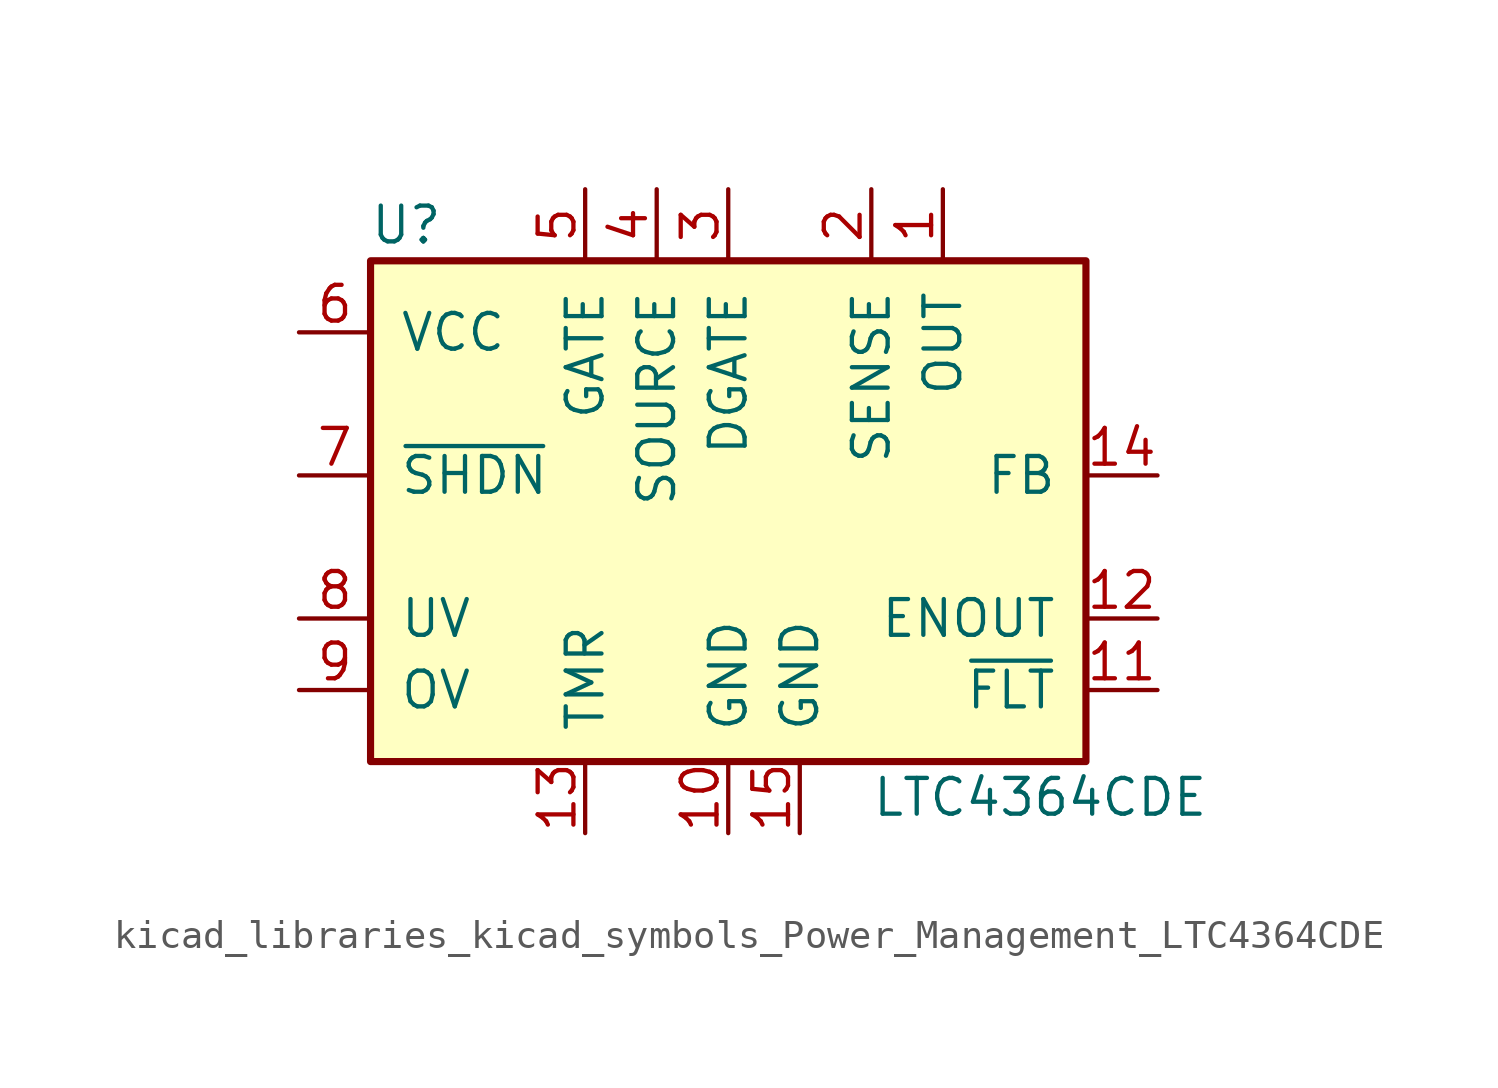
<source format=kicad_sym>
(kicad_symbol_lib
  (version 20220914)
  (generator kicad_symbol_editor)
  (symbol "kicad_libraries_kicad_symbols_Power_Management_LTC4364CDE"
    (pin_names
      (offset 1.016))
    (property "Reference" "U"
      (at -11.43 8.89 0)
      (effects (font (size 1.27 1.27))))
    (property "Value" "LTC4364CDE"
      (at 5.08 -11.43 0)
      (effects (font (size 1.27 1.27)) (justify left)))
    (symbol "kicad_libraries_kicad_symbols_Power_Management_LTC4364CDE_0_1"
      (rectangle (start -12.7 7.62) (end 12.7 -10.16) (stroke (width 0.254) (type default)) (fill (type background))))
    (symbol "kicad_libraries_kicad_symbols_Power_Management_LTC4364CDE_1_1"
      (pin input line (at 7.62 10.16 270) (length 2.54) (name "OUT" (effects (font (size 1.27 1.27)))) (number "1" (effects (font (size 1.27 1.27)))))
      (pin power_in line (at 0 -12.7 90) (length 2.54) (name "GND" (effects (font (size 1.27 1.27)))) (number "10" (effects (font (size 1.27 1.27)))))
      (pin open_collector line (at 15.24 -7.62 180) (length 2.54) (name "~{FLT}" (effects (font (size 1.27 1.27)))) (number "11" (effects (font (size 1.27 1.27)))))
      (pin open_collector line (at 15.24 -5.08 180) (length 2.54) (name "ENOUT" (effects (font (size 1.27 1.27)))) (number "12" (effects (font (size 1.27 1.27)))))
      (pin input line (at -5.08 -12.7 90) (length 2.54) (name "TMR" (effects (font (size 1.27 1.27)))) (number "13" (effects (font (size 1.27 1.27)))))
      (pin input line (at 15.24 0 180) (length 2.54) (name "FB" (effects (font (size 1.27 1.27)))) (number "14" (effects (font (size 1.27 1.27)))))
      (pin power_in line (at 2.54 -12.7 90) (length 2.54) (name "GND" (effects (font (size 1.27 1.27)))) (number "15" (effects (font (size 1.27 1.27)))))
      (pin input line (at 5.08 10.16 270) (length 2.54) (name "SENSE" (effects (font (size 1.27 1.27)))) (number "2" (effects (font (size 1.27 1.27)))))
      (pin output line (at 0 10.16 270) (length 2.54) (name "DGATE" (effects (font (size 1.27 1.27)))) (number "3" (effects (font (size 1.27 1.27)))))
      (pin input line (at -2.54 10.16 270) (length 2.54) (name "SOURCE" (effects (font (size 1.27 1.27)))) (number "4" (effects (font (size 1.27 1.27)))))
      (pin output line (at -5.08 10.16 270) (length 2.54) (name "GATE" (effects (font (size 1.27 1.27)))) (number "5" (effects (font (size 1.27 1.27)))))
      (pin power_in line (at -15.24 5.08 0) (length 2.54) (name "VCC" (effects (font (size 1.27 1.27)))) (number "6" (effects (font (size 1.27 1.27)))))
      (pin input line (at -15.24 0 0) (length 2.54) (name "~{SHDN}" (effects (font (size 1.27 1.27)))) (number "7" (effects (font (size 1.27 1.27)))))
      (pin input line (at -15.24 -5.08 0) (length 2.54) (name "UV" (effects (font (size 1.27 1.27)))) (number "8" (effects (font (size 1.27 1.27)))))
      (pin input line (at -15.24 -7.62 0) (length 2.54) (name "OV" (effects (font (size 1.27 1.27)))) (number "9" (effects (font (size 1.27 1.27))))))))
</source>
